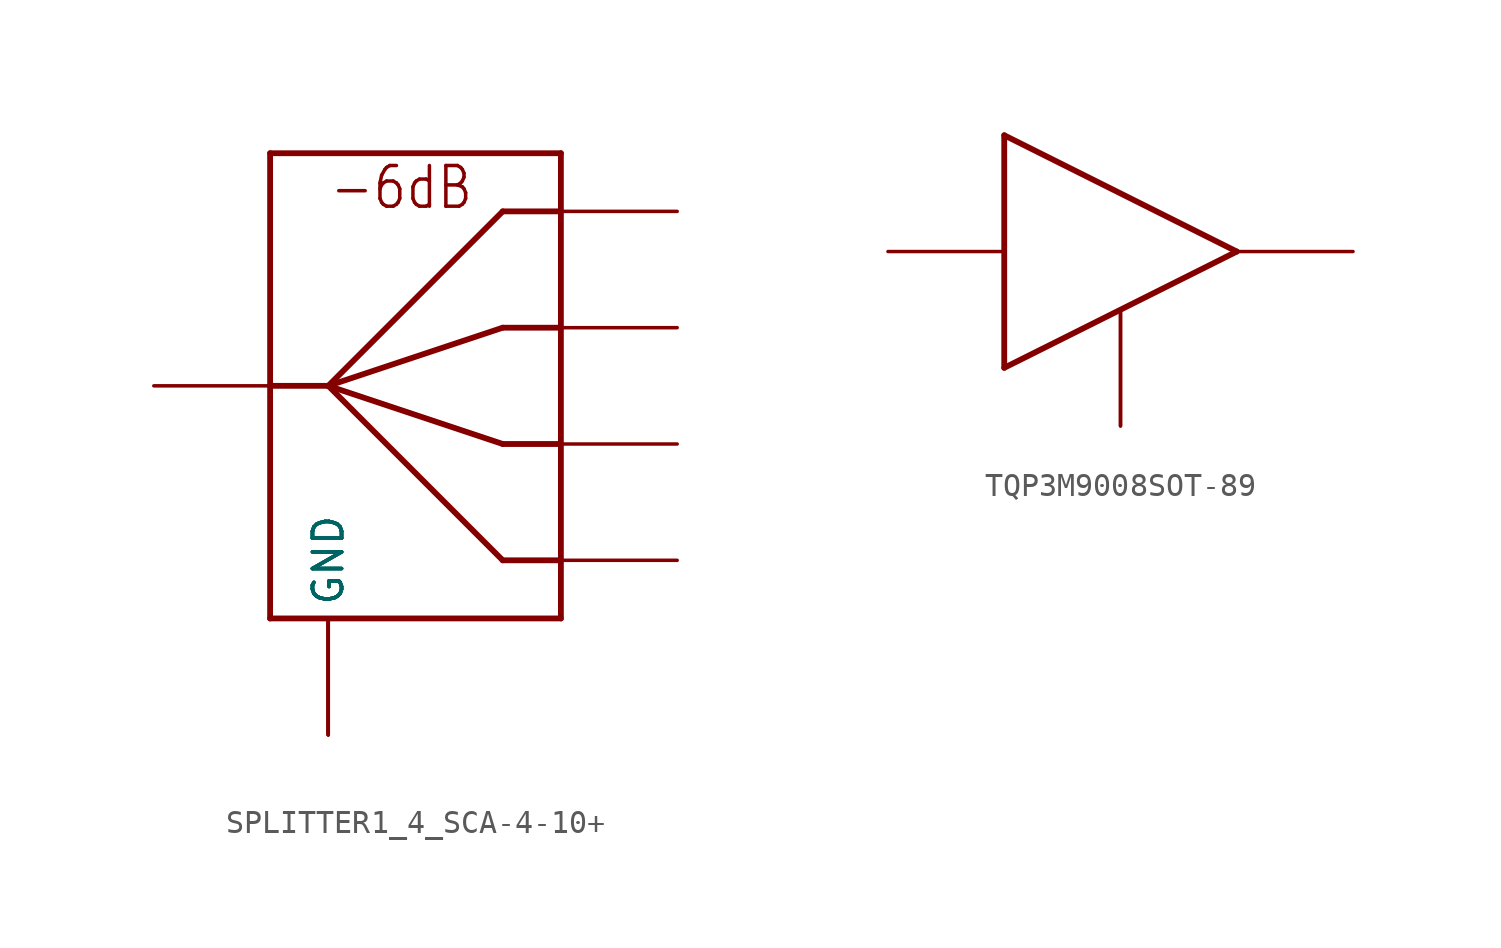
<source format=kicad_sym>
(kicad_symbol_lib
  (version 20231120)
  (generator "kicad_symbol_editor")
  (generator_version "8.0")
  (symbol "SPLITTER1_4_SCA-4-10+"
    (property "Reference" ""
      (at -7.62 12.7 0)
      (effects (font (size 1.778 1.511)) (justify left bottom) (hide yes)))
    (property "Value" ""
      (at -2.54 -12.7 0)
      (effects (font (size 1.778 1.511)) (justify left bottom)))
    (property "ki_locked" ""
      (at 0 0 0)
      (effects (font (size 1.27 1.27))))
    (symbol "SPLITTER1_4_SCA-4-10+_1_0"
      (polyline (pts (xy -7.62 -10.16) (xy 5.08 -10.16)) (stroke (width 0.254) (type solid)) (fill (type none)))
      (polyline (pts (xy -7.62 0) (xy -7.62 -10.16)) (stroke (width 0.254) (type solid)) (fill (type none)))
      (polyline (pts (xy -7.62 0) (xy -5.08 0)) (stroke (width 0.254) (type solid)) (fill (type none)))
      (polyline (pts (xy -7.62 10.16) (xy -7.62 0)) (stroke (width 0.254) (type solid)) (fill (type none)))
      (polyline (pts (xy -5.08 0) (xy 2.54 -2.54)) (stroke (width 0.254) (type solid)) (fill (type none)))
      (polyline (pts (xy -5.08 0) (xy 2.54 2.54)) (stroke (width 0.254) (type solid)) (fill (type none)))
      (polyline (pts (xy 2.54 -7.62) (xy -5.08 0)) (stroke (width 0.254) (type solid)) (fill (type none)))
      (polyline (pts (xy 2.54 7.62) (xy -5.08 0)) (stroke (width 0.254) (type solid)) (fill (type none)))
      (polyline (pts (xy 5.08 -10.16) (xy 5.08 -7.62)) (stroke (width 0.254) (type solid)) (fill (type none)))
      (polyline (pts (xy 5.08 -7.62) (xy 2.54 -7.62)) (stroke (width 0.254) (type solid)) (fill (type none)))
      (polyline (pts (xy 5.08 -7.62) (xy 5.08 -2.54)) (stroke (width 0.254) (type solid)) (fill (type none)))
      (polyline (pts (xy 5.08 -2.54) (xy 2.54 -2.54)) (stroke (width 0.254) (type solid)) (fill (type none)))
      (polyline (pts (xy 5.08 -2.54) (xy 5.08 2.54)) (stroke (width 0.254) (type solid)) (fill (type none)))
      (polyline (pts (xy 5.08 2.54) (xy 2.54 2.54)) (stroke (width 0.254) (type solid)) (fill (type none)))
      (polyline (pts (xy 5.08 2.54) (xy 5.08 7.62)) (stroke (width 0.254) (type solid)) (fill (type none)))
      (polyline (pts (xy 5.08 7.62) (xy 2.54 7.62)) (stroke (width 0.254) (type solid)) (fill (type none)))
      (polyline (pts (xy 5.08 7.62) (xy 5.08 10.16)) (stroke (width 0.254) (type solid)) (fill (type none)))
      (polyline (pts (xy 5.08 10.16) (xy -7.62 10.16)) (stroke (width 0.254) (type solid)) (fill (type none)))
      (text "-6dB" (at -5.08 7.62 0) (effects (font (size 1.778 1.511)) (justify left bottom)))
      (pin bidirectional line (at -5.08 -15.24 90) (length 5.08) (name "GND" (effects (font (size 1.27 1.27)))) (number "P$1" (effects (font (size 0 0)))))
      (pin bidirectional line (at 10.16 -7.62 180) (length 5.08) (name "P$5" (effects (font (size 0 0)))) (number "P$10" (effects (font (size 0 0)))))
      (pin bidirectional line (at -5.08 -15.24 90) (length 5.08) (name "GND" (effects (font (size 1.27 1.27)))) (number "P$2" (effects (font (size 0 0)))))
      (pin bidirectional line (at -12.7 0 0) (length 5.08) (name "P$1" (effects (font (size 0 0)))) (number "P$3" (effects (font (size 0 0)))))
      (pin bidirectional line (at -5.08 -15.24 90) (length 5.08) (name "GND" (effects (font (size 1.27 1.27)))) (number "P$4" (effects (font (size 0 0)))))
      (pin bidirectional line (at -5.08 -15.24 90) (length 5.08) (name "GND" (effects (font (size 1.27 1.27)))) (number "P$5" (effects (font (size 0 0)))))
      (pin bidirectional line (at 10.16 7.62 180) (length 5.08) (name "P$2" (effects (font (size 0 0)))) (number "P$6" (effects (font (size 0 0)))))
      (pin bidirectional line (at 10.16 2.54 180) (length 5.08) (name "P$3" (effects (font (size 0 0)))) (number "P$7" (effects (font (size 0 0)))))
      (pin bidirectional line (at -5.08 -15.24 90) (length 5.08) (name "GND" (effects (font (size 1.27 1.27)))) (number "P$8" (effects (font (size 0 0)))))
      (pin bidirectional line (at 10.16 -2.54 180) (length 5.08) (name "P$4" (effects (font (size 0 0)))) (number "P$9" (effects (font (size 0 0)))))))
  (symbol "TQP3M9008SOT-89"
    (property "Reference" ""
      (at 0 0 0)
      (effects (font (size 1.27 1.27)) (hide yes)))
    (property "Value" ""
      (at 0 5.08 0)
      (effects (font (size 1.778 1.511)) (justify left bottom)))
    (property "ki_locked" ""
      (at 0 0 0)
      (effects (font (size 1.27 1.27))))
    (symbol "TQP3M9008SOT-89_1_0"
      (polyline (pts (xy -2.54 5.08) (xy -2.54 -5.08)) (stroke (width 0.254) (type solid)) (fill (type none)))
      (polyline (pts (xy -2.54 5.08) (xy 7.62 0)) (stroke (width 0.254) (type solid)) (fill (type none)))
      (polyline (pts (xy 7.62 0) (xy -2.54 -5.08)) (stroke (width 0.254) (type solid)) (fill (type none)))
      (pin bidirectional line (at -7.62 0 0) (length 5.08) (name "IN" (effects (font (size 0 0)))) (number "1" (effects (font (size 0 0)))))
      (pin bidirectional line (at 2.54 -7.62 90) (length 5.08) (name "GND" (effects (font (size 0 0)))) (number "2" (effects (font (size 0 0)))))
      (pin bidirectional line (at 2.54 -7.62 90) (length 5.08) (name "GND" (effects (font (size 0 0)))) (number "2@1" (effects (font (size 0 0)))))
      (pin bidirectional line (at 12.7 0 180) (length 5.08) (name "OUT" (effects (font (size 0 0)))) (number "3" (effects (font (size 0 0))))))))
</source>
